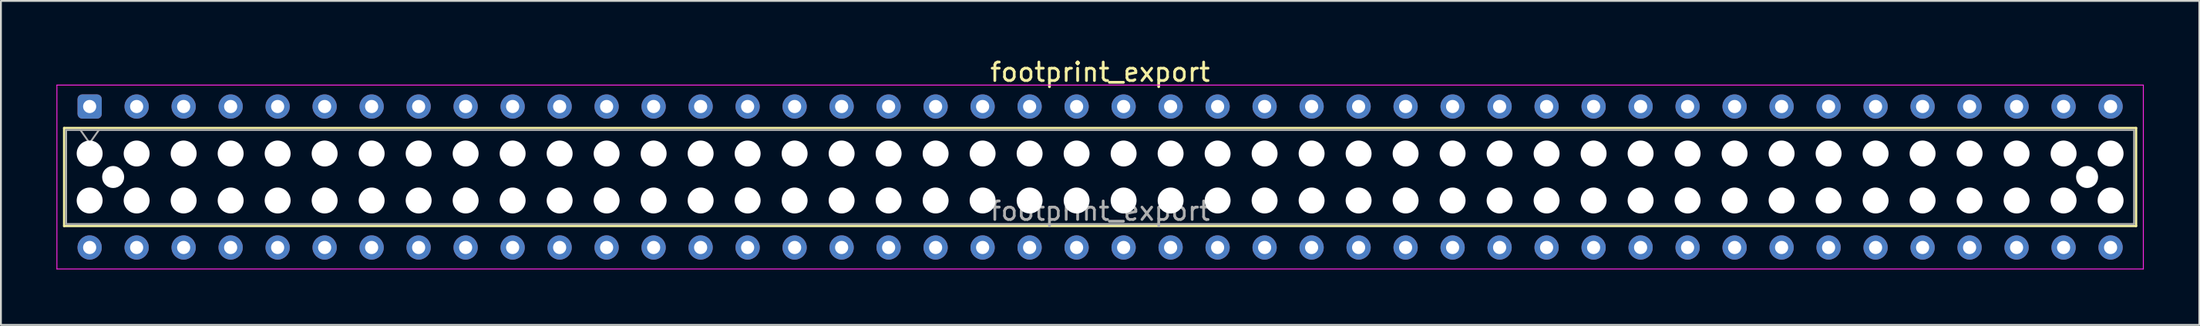
<source format=kicad_pcb>
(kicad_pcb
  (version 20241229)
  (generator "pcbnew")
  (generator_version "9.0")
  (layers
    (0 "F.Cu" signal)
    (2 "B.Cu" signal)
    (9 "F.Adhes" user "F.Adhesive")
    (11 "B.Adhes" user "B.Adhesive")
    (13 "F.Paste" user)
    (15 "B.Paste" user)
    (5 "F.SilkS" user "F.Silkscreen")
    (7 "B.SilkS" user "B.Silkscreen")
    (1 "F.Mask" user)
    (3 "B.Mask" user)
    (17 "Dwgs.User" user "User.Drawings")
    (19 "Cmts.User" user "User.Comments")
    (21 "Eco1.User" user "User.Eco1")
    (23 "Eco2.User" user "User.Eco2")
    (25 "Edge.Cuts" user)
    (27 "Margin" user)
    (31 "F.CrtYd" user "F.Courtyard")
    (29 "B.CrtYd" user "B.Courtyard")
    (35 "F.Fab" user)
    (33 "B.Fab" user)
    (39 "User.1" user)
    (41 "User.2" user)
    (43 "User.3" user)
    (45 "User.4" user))
  (footprint "footprint_export"
    (layer "F.Cu")
    (at 1.795 2.708)
    (property "Reference" "footprint_export" (at 54.61 -1.86 0) (layer "F.SilkS") (effects (font (size 1 1) (thickness 0.15))))
    (attr through_hole)
    (fp_line (start -1.38 1.16) (end 110.6 1.16) (stroke (width 0.12) (type solid)) (layer "F.SilkS"))
    (fp_line (start -1.38 6.46) (end -1.38 1.16) (stroke (width 0.12) (type solid)) (layer "F.SilkS"))
    (fp_line (start 110.6 1.16) (end 110.6 6.46) (stroke (width 0.12) (type solid)) (layer "F.SilkS"))
    (fp_line (start 110.6 6.46) (end -1.38 6.46) (stroke (width 0.12) (type solid)) (layer "F.SilkS"))
    (fp_line (start -1.77 -1.16) (end 110.99 -1.16) (stroke (width 0.05) (type solid)) (layer "F.CrtYd"))
    (fp_line (start -1.77 8.78) (end -1.77 -1.16) (stroke (width 0.05) (type solid)) (layer "F.CrtYd"))
    (fp_line (start 110.99 -1.16) (end 110.99 8.78) (stroke (width 0.05) (type solid)) (layer "F.CrtYd"))
    (fp_line (start 110.99 8.78) (end -1.77 8.78) (stroke (width 0.05) (type solid)) (layer "F.CrtYd"))
    (fp_line (start -1.27 1.27) (end 110.49 1.27) (stroke (width 0.1) (type solid)) (layer "F.Fab"))
    (fp_line (start -1.27 6.35) (end -1.27 1.27) (stroke (width 0.1) (type solid)) (layer "F.Fab"))
    (fp_line (start -0.5 1.27) (end 0 1.977) (stroke (width 0.1) (type solid)) (layer "F.Fab"))
    (fp_line (start 0 1.977) (end 0.5 1.27) (stroke (width 0.1) (type solid)) (layer "F.Fab"))
    (fp_line (start 110.49 1.27) (end 110.49 6.35) (stroke (width 0.1) (type solid)) (layer "F.Fab"))
    (fp_line (start 110.49 6.35) (end -1.27 6.35) (stroke (width 0.1) (type solid)) (layer "F.Fab"))
    (fp_text user "${REFERENCE}" (at 54.61 5.65 0) (layer "F.Fab") (effects (font (size 1 1) (thickness 0.15))))
    (pad "" np_thru_hole circle (at 0 2.54) (size 1.4 1.4) (drill 1.4) (layers "*.Cu" "*.Mask"))
    (pad "" np_thru_hole circle (at 0 5.08) (size 1.4 1.4) (drill 1.4) (layers "*.Cu" "*.Mask"))
    (pad "" np_thru_hole circle (at 1.27 3.81) (size 1.19 1.19) (drill 1.19) (layers "*.Cu" "*.Mask"))
    (pad "" np_thru_hole circle (at 2.54 2.54) (size 1.4 1.4) (drill 1.4) (layers "*.Cu" "*.Mask"))
    (pad "" np_thru_hole circle (at 2.54 5.08) (size 1.4 1.4) (drill 1.4) (layers "*.Cu" "*.Mask"))
    (pad "" np_thru_hole circle (at 5.08 2.54) (size 1.4 1.4) (drill 1.4) (layers "*.Cu" "*.Mask"))
    (pad "" np_thru_hole circle (at 5.08 5.08) (size 1.4 1.4) (drill 1.4) (layers "*.Cu" "*.Mask"))
    (pad "" np_thru_hole circle (at 7.62 2.54) (size 1.4 1.4) (drill 1.4) (layers "*.Cu" "*.Mask"))
    (pad "" np_thru_hole circle (at 7.62 5.08) (size 1.4 1.4) (drill 1.4) (layers "*.Cu" "*.Mask"))
    (pad "" np_thru_hole circle (at 10.16 2.54) (size 1.4 1.4) (drill 1.4) (layers "*.Cu" "*.Mask"))
    (pad "" np_thru_hole circle (at 10.16 5.08) (size 1.4 1.4) (drill 1.4) (layers "*.Cu" "*.Mask"))
    (pad "" np_thru_hole circle (at 12.7 2.54) (size 1.4 1.4) (drill 1.4) (layers "*.Cu" "*.Mask"))
    (pad "" np_thru_hole circle (at 12.7 5.08) (size 1.4 1.4) (drill 1.4) (layers "*.Cu" "*.Mask"))
    (pad "" np_thru_hole circle (at 15.24 2.54) (size 1.4 1.4) (drill 1.4) (layers "*.Cu" "*.Mask"))
    (pad "" np_thru_hole circle (at 15.24 5.08) (size 1.4 1.4) (drill 1.4) (layers "*.Cu" "*.Mask"))
    (pad "" np_thru_hole circle (at 17.78 2.54) (size 1.4 1.4) (drill 1.4) (layers "*.Cu" "*.Mask"))
    (pad "" np_thru_hole circle (at 17.78 5.08) (size 1.4 1.4) (drill 1.4) (layers "*.Cu" "*.Mask"))
    (pad "" np_thru_hole circle (at 20.32 2.54) (size 1.4 1.4) (drill 1.4) (layers "*.Cu" "*.Mask"))
    (pad "" np_thru_hole circle (at 20.32 5.08) (size 1.4 1.4) (drill 1.4) (layers "*.Cu" "*.Mask"))
    (pad "" np_thru_hole circle (at 22.86 2.54) (size 1.4 1.4) (drill 1.4) (layers "*.Cu" "*.Mask"))
    (pad "" np_thru_hole circle (at 22.86 5.08) (size 1.4 1.4) (drill 1.4) (layers "*.Cu" "*.Mask"))
    (pad "" np_thru_hole circle (at 25.4 2.54) (size 1.4 1.4) (drill 1.4) (layers "*.Cu" "*.Mask"))
    (pad "" np_thru_hole circle (at 25.4 5.08) (size 1.4 1.4) (drill 1.4) (layers "*.Cu" "*.Mask"))
    (pad "" np_thru_hole circle (at 27.94 2.54) (size 1.4 1.4) (drill 1.4) (layers "*.Cu" "*.Mask"))
    (pad "" np_thru_hole circle (at 27.94 5.08) (size 1.4 1.4) (drill 1.4) (layers "*.Cu" "*.Mask"))
    (pad "" np_thru_hole circle (at 30.48 2.54) (size 1.4 1.4) (drill 1.4) (layers "*.Cu" "*.Mask"))
    (pad "" np_thru_hole circle (at 30.48 5.08) (size 1.4 1.4) (drill 1.4) (layers "*.Cu" "*.Mask"))
    (pad "" np_thru_hole circle (at 33.02 2.54) (size 1.4 1.4) (drill 1.4) (layers "*.Cu" "*.Mask"))
    (pad "" np_thru_hole circle (at 33.02 5.08) (size 1.4 1.4) (drill 1.4) (layers "*.Cu" "*.Mask"))
    (pad "" np_thru_hole circle (at 35.56 2.54) (size 1.4 1.4) (drill 1.4) (layers "*.Cu" "*.Mask"))
    (pad "" np_thru_hole circle (at 35.56 5.08) (size 1.4 1.4) (drill 1.4) (layers "*.Cu" "*.Mask"))
    (pad "" np_thru_hole circle (at 38.1 2.54) (size 1.4 1.4) (drill 1.4) (layers "*.Cu" "*.Mask"))
    (pad "" np_thru_hole circle (at 38.1 5.08) (size 1.4 1.4) (drill 1.4) (layers "*.Cu" "*.Mask"))
    (pad "" np_thru_hole circle (at 40.64 2.54) (size 1.4 1.4) (drill 1.4) (layers "*.Cu" "*.Mask"))
    (pad "" np_thru_hole circle (at 40.64 5.08) (size 1.4 1.4) (drill 1.4) (layers "*.Cu" "*.Mask"))
    (pad "" np_thru_hole circle (at 43.18 2.54) (size 1.4 1.4) (drill 1.4) (layers "*.Cu" "*.Mask"))
    (pad "" np_thru_hole circle (at 43.18 5.08) (size 1.4 1.4) (drill 1.4) (layers "*.Cu" "*.Mask"))
    (pad "" np_thru_hole circle (at 45.72 2.54) (size 1.4 1.4) (drill 1.4) (layers "*.Cu" "*.Mask"))
    (pad "" np_thru_hole circle (at 45.72 5.08) (size 1.4 1.4) (drill 1.4) (layers "*.Cu" "*.Mask"))
    (pad "" np_thru_hole circle (at 48.26 2.54) (size 1.4 1.4) (drill 1.4) (layers "*.Cu" "*.Mask"))
    (pad "" np_thru_hole circle (at 48.26 5.08) (size 1.4 1.4) (drill 1.4) (layers "*.Cu" "*.Mask"))
    (pad "" np_thru_hole circle (at 50.8 2.54) (size 1.4 1.4) (drill 1.4) (layers "*.Cu" "*.Mask"))
    (pad "" np_thru_hole circle (at 50.8 5.08) (size 1.4 1.4) (drill 1.4) (layers "*.Cu" "*.Mask"))
    (pad "" np_thru_hole circle (at 53.34 2.54) (size 1.4 1.4) (drill 1.4) (layers "*.Cu" "*.Mask"))
    (pad "" np_thru_hole circle (at 53.34 5.08) (size 1.4 1.4) (drill 1.4) (layers "*.Cu" "*.Mask"))
    (pad "" np_thru_hole circle (at 55.88 2.54) (size 1.4 1.4) (drill 1.4) (layers "*.Cu" "*.Mask"))
    (pad "" np_thru_hole circle (at 55.88 5.08) (size 1.4 1.4) (drill 1.4) (layers "*.Cu" "*.Mask"))
    (pad "" np_thru_hole circle (at 58.42 2.54) (size 1.4 1.4) (drill 1.4) (layers "*.Cu" "*.Mask"))
    (pad "" np_thru_hole circle (at 58.42 5.08) (size 1.4 1.4) (drill 1.4) (layers "*.Cu" "*.Mask"))
    (pad "" np_thru_hole circle (at 60.96 2.54) (size 1.4 1.4) (drill 1.4) (layers "*.Cu" "*.Mask"))
    (pad "" np_thru_hole circle (at 60.96 5.08) (size 1.4 1.4) (drill 1.4) (layers "*.Cu" "*.Mask"))
    (pad "" np_thru_hole circle (at 63.5 2.54) (size 1.4 1.4) (drill 1.4) (layers "*.Cu" "*.Mask"))
    (pad "" np_thru_hole circle (at 63.5 5.08) (size 1.4 1.4) (drill 1.4) (layers "*.Cu" "*.Mask"))
    (pad "" np_thru_hole circle (at 66.04 2.54) (size 1.4 1.4) (drill 1.4) (layers "*.Cu" "*.Mask"))
    (pad "" np_thru_hole circle (at 66.04 5.08) (size 1.4 1.4) (drill 1.4) (layers "*.Cu" "*.Mask"))
    (pad "" np_thru_hole circle (at 68.58 2.54) (size 1.4 1.4) (drill 1.4) (layers "*.Cu" "*.Mask"))
    (pad "" np_thru_hole circle (at 68.58 5.08) (size 1.4 1.4) (drill 1.4) (layers "*.Cu" "*.Mask"))
    (pad "" np_thru_hole circle (at 71.12 2.54) (size 1.4 1.4) (drill 1.4) (layers "*.Cu" "*.Mask"))
    (pad "" np_thru_hole circle (at 71.12 5.08) (size 1.4 1.4) (drill 1.4) (layers "*.Cu" "*.Mask"))
    (pad "" np_thru_hole circle (at 73.66 2.54) (size 1.4 1.4) (drill 1.4) (layers "*.Cu" "*.Mask"))
    (pad "" np_thru_hole circle (at 73.66 5.08) (size 1.4 1.4) (drill 1.4) (layers "*.Cu" "*.Mask"))
    (pad "" np_thru_hole circle (at 76.2 2.54) (size 1.4 1.4) (drill 1.4) (layers "*.Cu" "*.Mask"))
    (pad "" np_thru_hole circle (at 76.2 5.08) (size 1.4 1.4) (drill 1.4) (layers "*.Cu" "*.Mask"))
    (pad "" np_thru_hole circle (at 78.74 2.54) (size 1.4 1.4) (drill 1.4) (layers "*.Cu" "*.Mask"))
    (pad "" np_thru_hole circle (at 78.74 5.08) (size 1.4 1.4) (drill 1.4) (layers "*.Cu" "*.Mask"))
    (pad "" np_thru_hole circle (at 81.28 2.54) (size 1.4 1.4) (drill 1.4) (layers "*.Cu" "*.Mask"))
    (pad "" np_thru_hole circle (at 81.28 5.08) (size 1.4 1.4) (drill 1.4) (layers "*.Cu" "*.Mask"))
    (pad "" np_thru_hole circle (at 83.82 2.54) (size 1.4 1.4) (drill 1.4) (layers "*.Cu" "*.Mask"))
    (pad "" np_thru_hole circle (at 83.82 5.08) (size 1.4 1.4) (drill 1.4) (layers "*.Cu" "*.Mask"))
    (pad "" np_thru_hole circle (at 86.36 2.54) (size 1.4 1.4) (drill 1.4) (layers "*.Cu" "*.Mask"))
    (pad "" np_thru_hole circle (at 86.36 5.08) (size 1.4 1.4) (drill 1.4) (layers "*.Cu" "*.Mask"))
    (pad "" np_thru_hole circle (at 88.9 2.54) (size 1.4 1.4) (drill 1.4) (layers "*.Cu" "*.Mask"))
    (pad "" np_thru_hole circle (at 88.9 5.08) (size 1.4 1.4) (drill 1.4) (layers "*.Cu" "*.Mask"))
    (pad "" np_thru_hole circle (at 91.44 2.54) (size 1.4 1.4) (drill 1.4) (layers "*.Cu" "*.Mask"))
    (pad "" np_thru_hole circle (at 91.44 5.08) (size 1.4 1.4) (drill 1.4) (layers "*.Cu" "*.Mask"))
    (pad "" np_thru_hole circle (at 93.98 2.54) (size 1.4 1.4) (drill 1.4) (layers "*.Cu" "*.Mask"))
    (pad "" np_thru_hole circle (at 93.98 5.08) (size 1.4 1.4) (drill 1.4) (layers "*.Cu" "*.Mask"))
    (pad "" np_thru_hole circle (at 96.52 2.54) (size 1.4 1.4) (drill 1.4) (layers "*.Cu" "*.Mask"))
    (pad "" np_thru_hole circle (at 96.52 5.08) (size 1.4 1.4) (drill 1.4) (layers "*.Cu" "*.Mask"))
    (pad "" np_thru_hole circle (at 99.06 2.54) (size 1.4 1.4) (drill 1.4) (layers "*.Cu" "*.Mask"))
    (pad "" np_thru_hole circle (at 99.06 5.08) (size 1.4 1.4) (drill 1.4) (layers "*.Cu" "*.Mask"))
    (pad "" np_thru_hole circle (at 101.6 2.54) (size 1.4 1.4) (drill 1.4) (layers "*.Cu" "*.Mask"))
    (pad "" np_thru_hole circle (at 101.6 5.08) (size 1.4 1.4) (drill 1.4) (layers "*.Cu" "*.Mask"))
    (pad "" np_thru_hole circle (at 104.14 2.54) (size 1.4 1.4) (drill 1.4) (layers "*.Cu" "*.Mask"))
    (pad "" np_thru_hole circle (at 104.14 5.08) (size 1.4 1.4) (drill 1.4) (layers "*.Cu" "*.Mask"))
    (pad "" np_thru_hole circle (at 106.68 2.54) (size 1.4 1.4) (drill 1.4) (layers "*.Cu" "*.Mask"))
    (pad "" np_thru_hole circle (at 106.68 5.08) (size 1.4 1.4) (drill 1.4) (layers "*.Cu" "*.Mask"))
    (pad "" np_thru_hole circle (at 107.95 3.81) (size 1.19 1.19) (drill 1.19) (layers "*.Cu" "*.Mask"))
    (pad "" np_thru_hole circle (at 109.22 2.54) (size 1.4 1.4) (drill 1.4) (layers "*.Cu" "*.Mask"))
    (pad "" np_thru_hole circle (at 109.22 5.08) (size 1.4 1.4) (drill 1.4) (layers "*.Cu" "*.Mask"))
    (pad "1" thru_hole roundrect (at 0 0) (size 1.31 1.31) (drill 0.71) (layers "*.Cu" "*.Mask") (roundrect_rratio 0.191))
    (pad "2" thru_hole circle (at 0 7.62) (size 1.31 1.31) (drill 0.71) (layers "*.Cu" "*.Mask"))
    (pad "3" thru_hole circle (at 2.54 0) (size 1.31 1.31) (drill 0.71) (layers "*.Cu" "*.Mask"))
    (pad "4" thru_hole circle (at 2.54 7.62) (size 1.31 1.31) (drill 0.71) (layers "*.Cu" "*.Mask"))
    (pad "5" thru_hole circle (at 5.08 0) (size 1.31 1.31) (drill 0.71) (layers "*.Cu" "*.Mask"))
    (pad "6" thru_hole circle (at 5.08 7.62) (size 1.31 1.31) (drill 0.71) (layers "*.Cu" "*.Mask"))
    (pad "7" thru_hole circle (at 7.62 0) (size 1.31 1.31) (drill 0.71) (layers "*.Cu" "*.Mask"))
    (pad "8" thru_hole circle (at 7.62 7.62) (size 1.31 1.31) (drill 0.71) (layers "*.Cu" "*.Mask"))
    (pad "9" thru_hole circle (at 10.16 0) (size 1.31 1.31) (drill 0.71) (layers "*.Cu" "*.Mask"))
    (pad "10" thru_hole circle (at 10.16 7.62) (size 1.31 1.31) (drill 0.71) (layers "*.Cu" "*.Mask"))
    (pad "11" thru_hole circle (at 12.7 0) (size 1.31 1.31) (drill 0.71) (layers "*.Cu" "*.Mask"))
    (pad "12" thru_hole circle (at 12.7 7.62) (size 1.31 1.31) (drill 0.71) (layers "*.Cu" "*.Mask"))
    (pad "13" thru_hole circle (at 15.24 0) (size 1.31 1.31) (drill 0.71) (layers "*.Cu" "*.Mask"))
    (pad "14" thru_hole circle (at 15.24 7.62) (size 1.31 1.31) (drill 0.71) (layers "*.Cu" "*.Mask"))
    (pad "15" thru_hole circle (at 17.78 0) (size 1.31 1.31) (drill 0.71) (layers "*.Cu" "*.Mask"))
    (pad "16" thru_hole circle (at 17.78 7.62) (size 1.31 1.31) (drill 0.71) (layers "*.Cu" "*.Mask"))
    (pad "17" thru_hole circle (at 20.32 0) (size 1.31 1.31) (drill 0.71) (layers "*.Cu" "*.Mask"))
    (pad "18" thru_hole circle (at 20.32 7.62) (size 1.31 1.31) (drill 0.71) (layers "*.Cu" "*.Mask"))
    (pad "19" thru_hole circle (at 22.86 0) (size 1.31 1.31) (drill 0.71) (layers "*.Cu" "*.Mask"))
    (pad "20" thru_hole circle (at 22.86 7.62) (size 1.31 1.31) (drill 0.71) (layers "*.Cu" "*.Mask"))
    (pad "21" thru_hole circle (at 25.4 0) (size 1.31 1.31) (drill 0.71) (layers "*.Cu" "*.Mask"))
    (pad "22" thru_hole circle (at 25.4 7.62) (size 1.31 1.31) (drill 0.71) (layers "*.Cu" "*.Mask"))
    (pad "23" thru_hole circle (at 27.94 0) (size 1.31 1.31) (drill 0.71) (layers "*.Cu" "*.Mask"))
    (pad "24" thru_hole circle (at 27.94 7.62) (size 1.31 1.31) (drill 0.71) (layers "*.Cu" "*.Mask"))
    (pad "25" thru_hole circle (at 30.48 0) (size 1.31 1.31) (drill 0.71) (layers "*.Cu" "*.Mask"))
    (pad "26" thru_hole circle (at 30.48 7.62) (size 1.31 1.31) (drill 0.71) (layers "*.Cu" "*.Mask"))
    (pad "27" thru_hole circle (at 33.02 0) (size 1.31 1.31) (drill 0.71) (layers "*.Cu" "*.Mask"))
    (pad "28" thru_hole circle (at 33.02 7.62) (size 1.31 1.31) (drill 0.71) (layers "*.Cu" "*.Mask"))
    (pad "29" thru_hole circle (at 35.56 0) (size 1.31 1.31) (drill 0.71) (layers "*.Cu" "*.Mask"))
    (pad "30" thru_hole circle (at 35.56 7.62) (size 1.31 1.31) (drill 0.71) (layers "*.Cu" "*.Mask"))
    (pad "31" thru_hole circle (at 38.1 0) (size 1.31 1.31) (drill 0.71) (layers "*.Cu" "*.Mask"))
    (pad "32" thru_hole circle (at 38.1 7.62) (size 1.31 1.31) (drill 0.71) (layers "*.Cu" "*.Mask"))
    (pad "33" thru_hole circle (at 40.64 0) (size 1.31 1.31) (drill 0.71) (layers "*.Cu" "*.Mask"))
    (pad "34" thru_hole circle (at 40.64 7.62) (size 1.31 1.31) (drill 0.71) (layers "*.Cu" "*.Mask"))
    (pad "35" thru_hole circle (at 43.18 0) (size 1.31 1.31) (drill 0.71) (layers "*.Cu" "*.Mask"))
    (pad "36" thru_hole circle (at 43.18 7.62) (size 1.31 1.31) (drill 0.71) (layers "*.Cu" "*.Mask"))
    (pad "37" thru_hole circle (at 45.72 0) (size 1.31 1.31) (drill 0.71) (layers "*.Cu" "*.Mask"))
    (pad "38" thru_hole circle (at 45.72 7.62) (size 1.31 1.31) (drill 0.71) (layers "*.Cu" "*.Mask"))
    (pad "39" thru_hole circle (at 48.26 0) (size 1.31 1.31) (drill 0.71) (layers "*.Cu" "*.Mask"))
    (pad "40" thru_hole circle (at 48.26 7.62) (size 1.31 1.31) (drill 0.71) (layers "*.Cu" "*.Mask"))
    (pad "41" thru_hole circle (at 50.8 0) (size 1.31 1.31) (drill 0.71) (layers "*.Cu" "*.Mask"))
    (pad "42" thru_hole circle (at 50.8 7.62) (size 1.31 1.31) (drill 0.71) (layers "*.Cu" "*.Mask"))
    (pad "43" thru_hole circle (at 53.34 0) (size 1.31 1.31) (drill 0.71) (layers "*.Cu" "*.Mask"))
    (pad "44" thru_hole circle (at 53.34 7.62) (size 1.31 1.31) (drill 0.71) (layers "*.Cu" "*.Mask"))
    (pad "45" thru_hole circle (at 55.88 0) (size 1.31 1.31) (drill 0.71) (layers "*.Cu" "*.Mask"))
    (pad "46" thru_hole circle (at 55.88 7.62) (size 1.31 1.31) (drill 0.71) (layers "*.Cu" "*.Mask"))
    (pad "47" thru_hole circle (at 58.42 0) (size 1.31 1.31) (drill 0.71) (layers "*.Cu" "*.Mask"))
    (pad "48" thru_hole circle (at 58.42 7.62) (size 1.31 1.31) (drill 0.71) (layers "*.Cu" "*.Mask"))
    (pad "49" thru_hole circle (at 60.96 0) (size 1.31 1.31) (drill 0.71) (layers "*.Cu" "*.Mask"))
    (pad "50" thru_hole circle (at 60.96 7.62) (size 1.31 1.31) (drill 0.71) (layers "*.Cu" "*.Mask"))
    (pad "51" thru_hole circle (at 63.5 0) (size 1.31 1.31) (drill 0.71) (layers "*.Cu" "*.Mask"))
    (pad "52" thru_hole circle (at 63.5 7.62) (size 1.31 1.31) (drill 0.71) (layers "*.Cu" "*.Mask"))
    (pad "53" thru_hole circle (at 66.04 0) (size 1.31 1.31) (drill 0.71) (layers "*.Cu" "*.Mask"))
    (pad "54" thru_hole circle (at 66.04 7.62) (size 1.31 1.31) (drill 0.71) (layers "*.Cu" "*.Mask"))
    (pad "55" thru_hole circle (at 68.58 0) (size 1.31 1.31) (drill 0.71) (layers "*.Cu" "*.Mask"))
    (pad "56" thru_hole circle (at 68.58 7.62) (size 1.31 1.31) (drill 0.71) (layers "*.Cu" "*.Mask"))
    (pad "57" thru_hole circle (at 71.12 0) (size 1.31 1.31) (drill 0.71) (layers "*.Cu" "*.Mask"))
    (pad "58" thru_hole circle (at 71.12 7.62) (size 1.31 1.31) (drill 0.71) (layers "*.Cu" "*.Mask"))
    (pad "59" thru_hole circle (at 73.66 0) (size 1.31 1.31) (drill 0.71) (layers "*.Cu" "*.Mask"))
    (pad "60" thru_hole circle (at 73.66 7.62) (size 1.31 1.31) (drill 0.71) (layers "*.Cu" "*.Mask"))
    (pad "61" thru_hole circle (at 76.2 0) (size 1.31 1.31) (drill 0.71) (layers "*.Cu" "*.Mask"))
    (pad "62" thru_hole circle (at 76.2 7.62) (size 1.31 1.31) (drill 0.71) (layers "*.Cu" "*.Mask"))
    (pad "63" thru_hole circle (at 78.74 0) (size 1.31 1.31) (drill 0.71) (layers "*.Cu" "*.Mask"))
    (pad "64" thru_hole circle (at 78.74 7.62) (size 1.31 1.31) (drill 0.71) (layers "*.Cu" "*.Mask"))
    (pad "65" thru_hole circle (at 81.28 0) (size 1.31 1.31) (drill 0.71) (layers "*.Cu" "*.Mask"))
    (pad "66" thru_hole circle (at 81.28 7.62) (size 1.31 1.31) (drill 0.71) (layers "*.Cu" "*.Mask"))
    (pad "67" thru_hole circle (at 83.82 0) (size 1.31 1.31) (drill 0.71) (layers "*.Cu" "*.Mask"))
    (pad "68" thru_hole circle (at 83.82 7.62) (size 1.31 1.31) (drill 0.71) (layers "*.Cu" "*.Mask"))
    (pad "69" thru_hole circle (at 86.36 0) (size 1.31 1.31) (drill 0.71) (layers "*.Cu" "*.Mask"))
    (pad "70" thru_hole circle (at 86.36 7.62) (size 1.31 1.31) (drill 0.71) (layers "*.Cu" "*.Mask"))
    (pad "71" thru_hole circle (at 88.9 0) (size 1.31 1.31) (drill 0.71) (layers "*.Cu" "*.Mask"))
    (pad "72" thru_hole circle (at 88.9 7.62) (size 1.31 1.31) (drill 0.71) (layers "*.Cu" "*.Mask"))
    (pad "73" thru_hole circle (at 91.44 0) (size 1.31 1.31) (drill 0.71) (layers "*.Cu" "*.Mask"))
    (pad "74" thru_hole circle (at 91.44 7.62) (size 1.31 1.31) (drill 0.71) (layers "*.Cu" "*.Mask"))
    (pad "75" thru_hole circle (at 93.98 0) (size 1.31 1.31) (drill 0.71) (layers "*.Cu" "*.Mask"))
    (pad "76" thru_hole circle (at 93.98 7.62) (size 1.31 1.31) (drill 0.71) (layers "*.Cu" "*.Mask"))
    (pad "77" thru_hole circle (at 96.52 0) (size 1.31 1.31) (drill 0.71) (layers "*.Cu" "*.Mask"))
    (pad "78" thru_hole circle (at 96.52 7.62) (size 1.31 1.31) (drill 0.71) (layers "*.Cu" "*.Mask"))
    (pad "79" thru_hole circle (at 99.06 0) (size 1.31 1.31) (drill 0.71) (layers "*.Cu" "*.Mask"))
    (pad "80" thru_hole circle (at 99.06 7.62) (size 1.31 1.31) (drill 0.71) (layers "*.Cu" "*.Mask"))
    (pad "81" thru_hole circle (at 101.6 0) (size 1.31 1.31) (drill 0.71) (layers "*.Cu" "*.Mask"))
    (pad "82" thru_hole circle (at 101.6 7.62) (size 1.31 1.31) (drill 0.71) (layers "*.Cu" "*.Mask"))
    (pad "83" thru_hole circle (at 104.14 0) (size 1.31 1.31) (drill 0.71) (layers "*.Cu" "*.Mask"))
    (pad "84" thru_hole circle (at 104.14 7.62) (size 1.31 1.31) (drill 0.71) (layers "*.Cu" "*.Mask"))
    (pad "85" thru_hole circle (at 106.68 0) (size 1.31 1.31) (drill 0.71) (layers "*.Cu" "*.Mask"))
    (pad "86" thru_hole circle (at 106.68 7.62) (size 1.31 1.31) (drill 0.71) (layers "*.Cu" "*.Mask"))
    (pad "87" thru_hole circle (at 109.22 0) (size 1.31 1.31) (drill 0.71) (layers "*.Cu" "*.Mask"))
    (pad "88" thru_hole circle (at 109.22 7.62) (size 1.31 1.31) (drill 0.71) (layers "*.Cu" "*.Mask")))
  (gr_rect
    (start -3 -3)
    (end 115.81 14.513)
    (stroke (width 0.1) (type default))
    (fill no)
    (layer "Edge.Cuts")))
</source>
